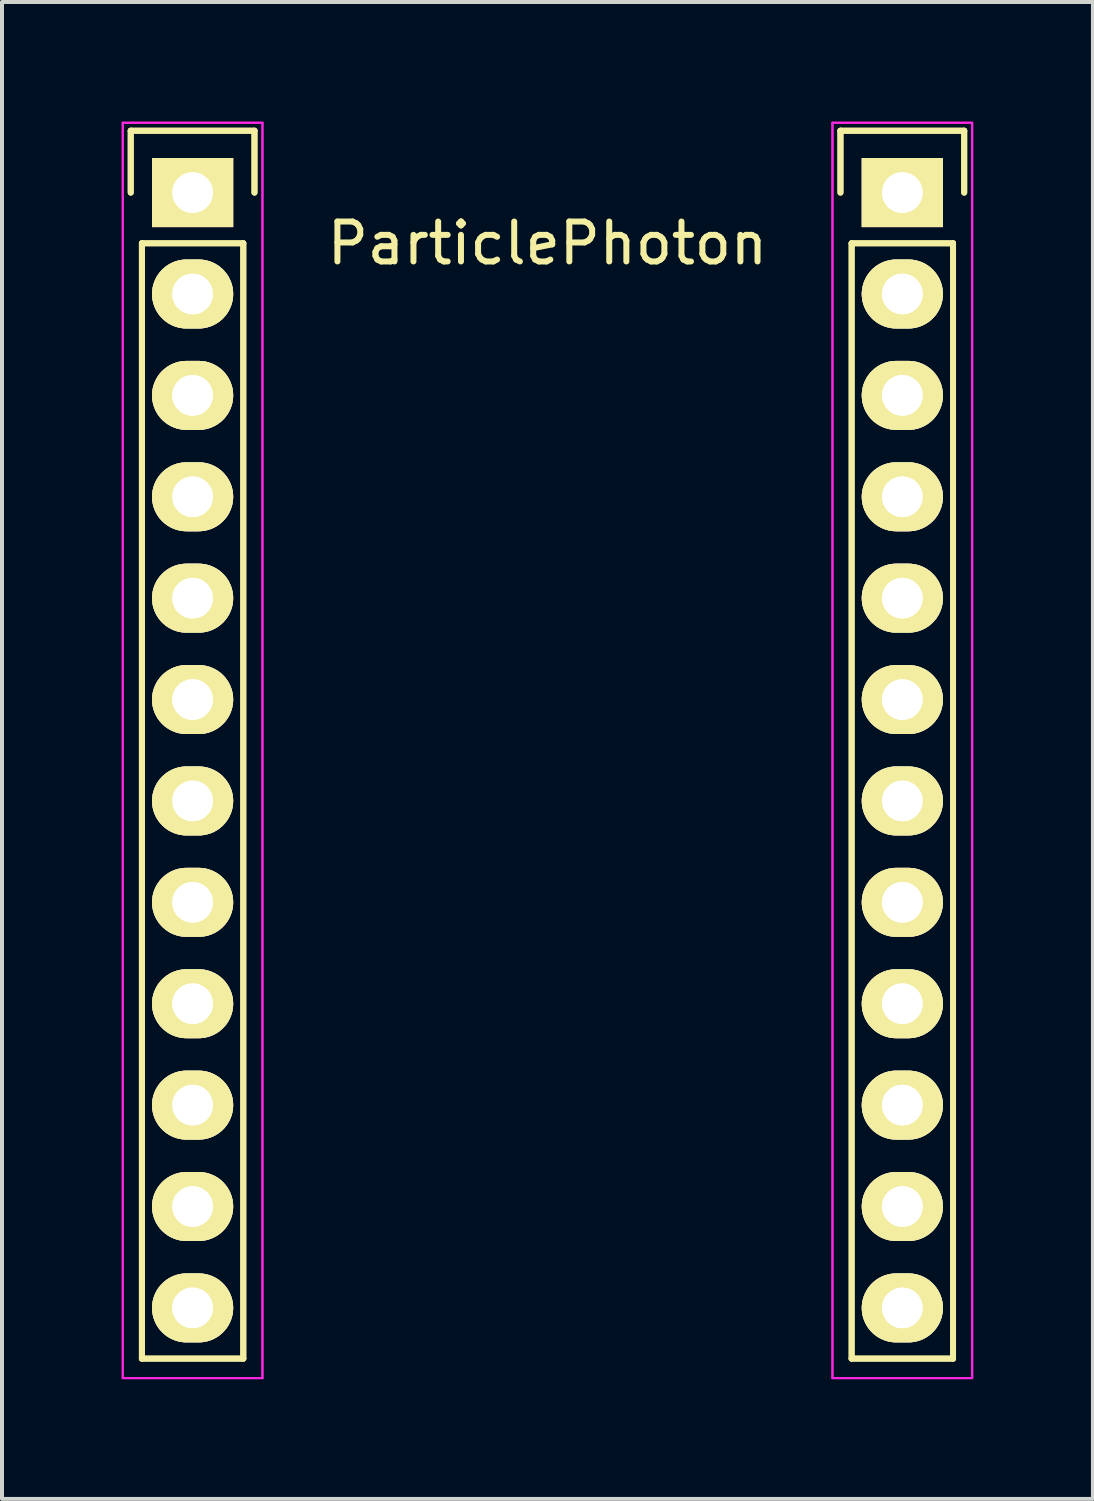
<source format=kicad_pcb>
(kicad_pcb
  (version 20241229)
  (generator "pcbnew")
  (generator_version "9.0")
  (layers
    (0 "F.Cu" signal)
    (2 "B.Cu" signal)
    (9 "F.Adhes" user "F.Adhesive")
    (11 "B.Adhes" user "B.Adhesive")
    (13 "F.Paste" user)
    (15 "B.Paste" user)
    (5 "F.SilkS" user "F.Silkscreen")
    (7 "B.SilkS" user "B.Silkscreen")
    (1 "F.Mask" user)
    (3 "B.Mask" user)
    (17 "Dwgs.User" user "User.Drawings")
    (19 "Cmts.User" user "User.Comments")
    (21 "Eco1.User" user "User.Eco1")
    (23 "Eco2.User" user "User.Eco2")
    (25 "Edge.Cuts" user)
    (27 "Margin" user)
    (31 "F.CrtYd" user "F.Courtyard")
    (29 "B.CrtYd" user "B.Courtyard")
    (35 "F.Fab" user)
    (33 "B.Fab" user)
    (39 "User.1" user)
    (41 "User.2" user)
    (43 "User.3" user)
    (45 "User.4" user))
  (footprint "ParticlePhoton"
    (layer "F.Cu")
    (at 10.665 1.775)
    (property "Reference" "ParticlePhoton" (at 0 1.27 0) (layer "F.SilkS") (effects (font (size 1 1) (thickness 0.15))))
    (attr through_hole)
    (fp_line (start -10.44 -1.55) (end -10.44 0) (stroke (width 0.15) (type solid)) (layer "F.SilkS"))
    (fp_line (start -10.44 -1.55) (end -10.44 0) (stroke (width 0.15) (type solid)) (layer "F.SilkS"))
    (fp_line (start -10.16 1.27) (end -10.16 29.21) (stroke (width 0.15) (type solid)) (layer "F.SilkS"))
    (fp_line (start -10.16 1.27) (end -10.16 29.21) (stroke (width 0.15) (type solid)) (layer "F.SilkS"))
    (fp_line (start -10.16 1.27) (end -7.62 1.27) (stroke (width 0.15) (type solid)) (layer "F.SilkS"))
    (fp_line (start -10.16 1.27) (end -7.62 1.27) (stroke (width 0.15) (type solid)) (layer "F.SilkS"))
    (fp_line (start -10.16 29.21) (end -7.62 29.21) (stroke (width 0.15) (type solid)) (layer "F.SilkS"))
    (fp_line (start -10.16 29.21) (end -7.62 29.21) (stroke (width 0.15) (type solid)) (layer "F.SilkS"))
    (fp_line (start -7.62 29.21) (end -7.62 1.27) (stroke (width 0.15) (type solid)) (layer "F.SilkS"))
    (fp_line (start -7.62 29.21) (end -7.62 1.27) (stroke (width 0.15) (type solid)) (layer "F.SilkS"))
    (fp_line (start -7.34 -1.55) (end -10.44 -1.55) (stroke (width 0.15) (type solid)) (layer "F.SilkS"))
    (fp_line (start -7.34 -1.55) (end -10.44 -1.55) (stroke (width 0.15) (type solid)) (layer "F.SilkS"))
    (fp_line (start -7.34 0) (end -7.34 -1.55) (stroke (width 0.15) (type solid)) (layer "F.SilkS"))
    (fp_line (start -7.34 0) (end -7.34 -1.55) (stroke (width 0.15) (type solid)) (layer "F.SilkS"))
    (fp_line (start 7.34 -1.55) (end 7.34 0) (stroke (width 0.15) (type solid)) (layer "F.SilkS"))
    (fp_line (start 7.34 -1.55) (end 7.34 0) (stroke (width 0.15) (type solid)) (layer "F.SilkS"))
    (fp_line (start 7.62 1.27) (end 7.62 29.21) (stroke (width 0.15) (type solid)) (layer "F.SilkS"))
    (fp_line (start 7.62 1.27) (end 7.62 29.21) (stroke (width 0.15) (type solid)) (layer "F.SilkS"))
    (fp_line (start 7.62 1.27) (end 10.16 1.27) (stroke (width 0.15) (type solid)) (layer "F.SilkS"))
    (fp_line (start 7.62 1.27) (end 10.16 1.27) (stroke (width 0.15) (type solid)) (layer "F.SilkS"))
    (fp_line (start 7.62 29.21) (end 10.16 29.21) (stroke (width 0.15) (type solid)) (layer "F.SilkS"))
    (fp_line (start 7.62 29.21) (end 10.16 29.21) (stroke (width 0.15) (type solid)) (layer "F.SilkS"))
    (fp_line (start 10.16 29.21) (end 10.16 1.27) (stroke (width 0.15) (type solid)) (layer "F.SilkS"))
    (fp_line (start 10.16 29.21) (end 10.16 1.27) (stroke (width 0.15) (type solid)) (layer "F.SilkS"))
    (fp_line (start 10.44 -1.55) (end 7.34 -1.55) (stroke (width 0.15) (type solid)) (layer "F.SilkS"))
    (fp_line (start 10.44 -1.55) (end 7.34 -1.55) (stroke (width 0.15) (type solid)) (layer "F.SilkS"))
    (fp_line (start 10.44 0) (end 10.44 -1.55) (stroke (width 0.15) (type solid)) (layer "F.SilkS"))
    (fp_line (start 10.44 0) (end 10.44 -1.55) (stroke (width 0.15) (type solid)) (layer "F.SilkS"))
    (fp_line (start -10.64 -1.75) (end -10.64 29.7) (stroke (width 0.05) (type solid)) (layer "F.CrtYd"))
    (fp_line (start -10.64 -1.75) (end -10.64 29.7) (stroke (width 0.05) (type solid)) (layer "F.CrtYd"))
    (fp_line (start -7.14 -1.75) (end -10.64 -1.75) (stroke (width 0.05) (type solid)) (layer "F.CrtYd"))
    (fp_line (start -7.14 -1.75) (end -10.64 -1.75) (stroke (width 0.05) (type solid)) (layer "F.CrtYd"))
    (fp_line (start -7.14 -1.75) (end -7.14 29.7) (stroke (width 0.05) (type solid)) (layer "F.CrtYd"))
    (fp_line (start -7.14 -1.75) (end -7.14 29.7) (stroke (width 0.05) (type solid)) (layer "F.CrtYd"))
    (fp_line (start -7.14 29.7) (end -10.64 29.7) (stroke (width 0.05) (type solid)) (layer "F.CrtYd"))
    (fp_line (start -7.14 29.7) (end -10.64 29.7) (stroke (width 0.05) (type solid)) (layer "F.CrtYd"))
    (fp_line (start 7.14 -1.75) (end 7.14 29.7) (stroke (width 0.05) (type solid)) (layer "F.CrtYd"))
    (fp_line (start 7.14 -1.75) (end 7.14 29.7) (stroke (width 0.05) (type solid)) (layer "F.CrtYd"))
    (fp_line (start 10.64 -1.75) (end 7.14 -1.75) (stroke (width 0.05) (type solid)) (layer "F.CrtYd"))
    (fp_line (start 10.64 -1.75) (end 7.14 -1.75) (stroke (width 0.05) (type solid)) (layer "F.CrtYd"))
    (fp_line (start 10.64 -1.75) (end 10.64 29.7) (stroke (width 0.05) (type solid)) (layer "F.CrtYd"))
    (fp_line (start 10.64 -1.75) (end 10.64 29.7) (stroke (width 0.05) (type solid)) (layer "F.CrtYd"))
    (fp_line (start 10.64 29.7) (end 7.14 29.7) (stroke (width 0.05) (type solid)) (layer "F.CrtYd"))
    (fp_line (start 10.64 29.7) (end 7.14 29.7) (stroke (width 0.05) (type solid)) (layer "F.CrtYd"))
    (pad "1" thru_hole rect (at -8.89 0 270) (size 1.727 2.032) (drill 1.016) (layers "*.Cu" "*.Mask" "F.SilkS"))
    (pad "1" thru_hole rect (at -8.89 0 270) (size 1.727 2.032) (drill 1.016) (layers "*.Cu" "*.Mask" "F.SilkS"))
    (pad "2" thru_hole oval (at -8.89 2.54 270) (size 1.727 2.032) (drill 1.016) (layers "*.Cu" "*.Mask" "F.SilkS"))
    (pad "2" thru_hole oval (at -8.89 2.54 270) (size 1.727 2.032) (drill 1.016) (layers "*.Cu" "*.Mask" "F.SilkS"))
    (pad "3" thru_hole oval (at -8.89 5.08 270) (size 1.727 2.032) (drill 1.016) (layers "*.Cu" "*.Mask" "F.SilkS"))
    (pad "3" thru_hole oval (at -8.89 5.08 270) (size 1.727 2.032) (drill 1.016) (layers "*.Cu" "*.Mask" "F.SilkS"))
    (pad "4" thru_hole oval (at -8.89 7.62 270) (size 1.727 2.032) (drill 1.016) (layers "*.Cu" "*.Mask" "F.SilkS"))
    (pad "4" thru_hole oval (at -8.89 7.62 270) (size 1.727 2.032) (drill 1.016) (layers "*.Cu" "*.Mask" "F.SilkS"))
    (pad "5" thru_hole oval (at -8.89 10.16 270) (size 1.727 2.032) (drill 1.016) (layers "*.Cu" "*.Mask" "F.SilkS"))
    (pad "5" thru_hole oval (at -8.89 10.16 270) (size 1.727 2.032) (drill 1.016) (layers "*.Cu" "*.Mask" "F.SilkS"))
    (pad "6" thru_hole oval (at -8.89 12.7 270) (size 1.727 2.032) (drill 1.016) (layers "*.Cu" "*.Mask" "F.SilkS"))
    (pad "6" thru_hole oval (at -8.89 12.7 270) (size 1.727 2.032) (drill 1.016) (layers "*.Cu" "*.Mask" "F.SilkS"))
    (pad "7" thru_hole oval (at -8.89 15.24 270) (size 1.727 2.032) (drill 1.016) (layers "*.Cu" "*.Mask" "F.SilkS"))
    (pad "7" thru_hole oval (at -8.89 15.24 270) (size 1.727 2.032) (drill 1.016) (layers "*.Cu" "*.Mask" "F.SilkS"))
    (pad "8" thru_hole oval (at -8.89 17.78 270) (size 1.727 2.032) (drill 1.016) (layers "*.Cu" "*.Mask" "F.SilkS"))
    (pad "8" thru_hole oval (at -8.89 17.78 270) (size 1.727 2.032) (drill 1.016) (layers "*.Cu" "*.Mask" "F.SilkS"))
    (pad "9" thru_hole oval (at -8.89 20.32 270) (size 1.727 2.032) (drill 1.016) (layers "*.Cu" "*.Mask" "F.SilkS"))
    (pad "9" thru_hole oval (at -8.89 20.32 270) (size 1.727 2.032) (drill 1.016) (layers "*.Cu" "*.Mask" "F.SilkS"))
    (pad "10" thru_hole oval (at -8.89 22.86 270) (size 1.727 2.032) (drill 1.016) (layers "*.Cu" "*.Mask" "F.SilkS"))
    (pad "10" thru_hole oval (at -8.89 22.86 270) (size 1.727 2.032) (drill 1.016) (layers "*.Cu" "*.Mask" "F.SilkS"))
    (pad "11" thru_hole oval (at -8.89 25.4 270) (size 1.727 2.032) (drill 1.016) (layers "*.Cu" "*.Mask" "F.SilkS"))
    (pad "11" thru_hole oval (at -8.89 25.4 270) (size 1.727 2.032) (drill 1.016) (layers "*.Cu" "*.Mask" "F.SilkS"))
    (pad "12" thru_hole oval (at -8.89 27.94 270) (size 1.727 2.032) (drill 1.016) (layers "*.Cu" "*.Mask" "F.SilkS"))
    (pad "12" thru_hole oval (at -8.89 27.94 270) (size 1.727 2.032) (drill 1.016) (layers "*.Cu" "*.Mask" "F.SilkS"))
    (pad "13" thru_hole oval (at 8.89 27.94 270) (size 1.727 2.032) (drill 1.016) (layers "*.Cu" "*.Mask" "F.SilkS"))
    (pad "13" thru_hole oval (at 8.89 27.94 270) (size 1.727 2.032) (drill 1.016) (layers "*.Cu" "*.Mask" "F.SilkS"))
    (pad "14" thru_hole oval (at 8.89 25.4 270) (size 1.727 2.032) (drill 1.016) (layers "*.Cu" "*.Mask" "F.SilkS"))
    (pad "14" thru_hole oval (at 8.89 25.4 270) (size 1.727 2.032) (drill 1.016) (layers "*.Cu" "*.Mask" "F.SilkS"))
    (pad "15" thru_hole oval (at 8.89 22.86 270) (size 1.727 2.032) (drill 1.016) (layers "*.Cu" "*.Mask" "F.SilkS"))
    (pad "15" thru_hole oval (at 8.89 22.86 270) (size 1.727 2.032) (drill 1.016) (layers "*.Cu" "*.Mask" "F.SilkS"))
    (pad "16" thru_hole oval (at 8.89 20.32 270) (size 1.727 2.032) (drill 1.016) (layers "*.Cu" "*.Mask" "F.SilkS"))
    (pad "16" thru_hole oval (at 8.89 20.32 270) (size 1.727 2.032) (drill 1.016) (layers "*.Cu" "*.Mask" "F.SilkS"))
    (pad "17" thru_hole oval (at 8.89 17.78 270) (size 1.727 2.032) (drill 1.016) (layers "*.Cu" "*.Mask" "F.SilkS"))
    (pad "17" thru_hole oval (at 8.89 17.78 270) (size 1.727 2.032) (drill 1.016) (layers "*.Cu" "*.Mask" "F.SilkS"))
    (pad "18" thru_hole oval (at 8.89 15.24 270) (size 1.727 2.032) (drill 1.016) (layers "*.Cu" "*.Mask" "F.SilkS"))
    (pad "18" thru_hole oval (at 8.89 15.24 270) (size 1.727 2.032) (drill 1.016) (layers "*.Cu" "*.Mask" "F.SilkS"))
    (pad "19" thru_hole oval (at 8.89 12.7 270) (size 1.727 2.032) (drill 1.016) (layers "*.Cu" "*.Mask" "F.SilkS"))
    (pad "19" thru_hole oval (at 8.89 12.7 270) (size 1.727 2.032) (drill 1.016) (layers "*.Cu" "*.Mask" "F.SilkS"))
    (pad "20" thru_hole oval (at 8.89 10.16 270) (size 1.727 2.032) (drill 1.016) (layers "*.Cu" "*.Mask" "F.SilkS"))
    (pad "20" thru_hole oval (at 8.89 10.16 270) (size 1.727 2.032) (drill 1.016) (layers "*.Cu" "*.Mask" "F.SilkS"))
    (pad "21" thru_hole oval (at 8.89 7.62 270) (size 1.727 2.032) (drill 1.016) (layers "*.Cu" "*.Mask" "F.SilkS"))
    (pad "21" thru_hole oval (at 8.89 7.62 270) (size 1.727 2.032) (drill 1.016) (layers "*.Cu" "*.Mask" "F.SilkS"))
    (pad "22" thru_hole oval (at 8.89 5.08 270) (size 1.727 2.032) (drill 1.016) (layers "*.Cu" "*.Mask" "F.SilkS"))
    (pad "22" thru_hole oval (at 8.89 5.08 270) (size 1.727 2.032) (drill 1.016) (layers "*.Cu" "*.Mask" "F.SilkS"))
    (pad "23" thru_hole oval (at 8.89 2.54 270) (size 1.727 2.032) (drill 1.016) (layers "*.Cu" "*.Mask" "F.SilkS"))
    (pad "23" thru_hole oval (at 8.89 2.54 270) (size 1.727 2.032) (drill 1.016) (layers "*.Cu" "*.Mask" "F.SilkS"))
    (pad "24" thru_hole rect (at 8.89 0 270) (size 1.727 2.032) (drill 1.016) (layers "*.Cu" "*.Mask" "F.SilkS"))
    (pad "24" thru_hole rect (at 8.89 0 270) (size 1.727 2.032) (drill 1.016) (layers "*.Cu" "*.Mask" "F.SilkS")))
  (gr_rect
    (start -3 -3)
    (end 24.33 34.5)
    (stroke (width 0.1) (type default))
    (fill no)
    (layer "Edge.Cuts")))
</source>
